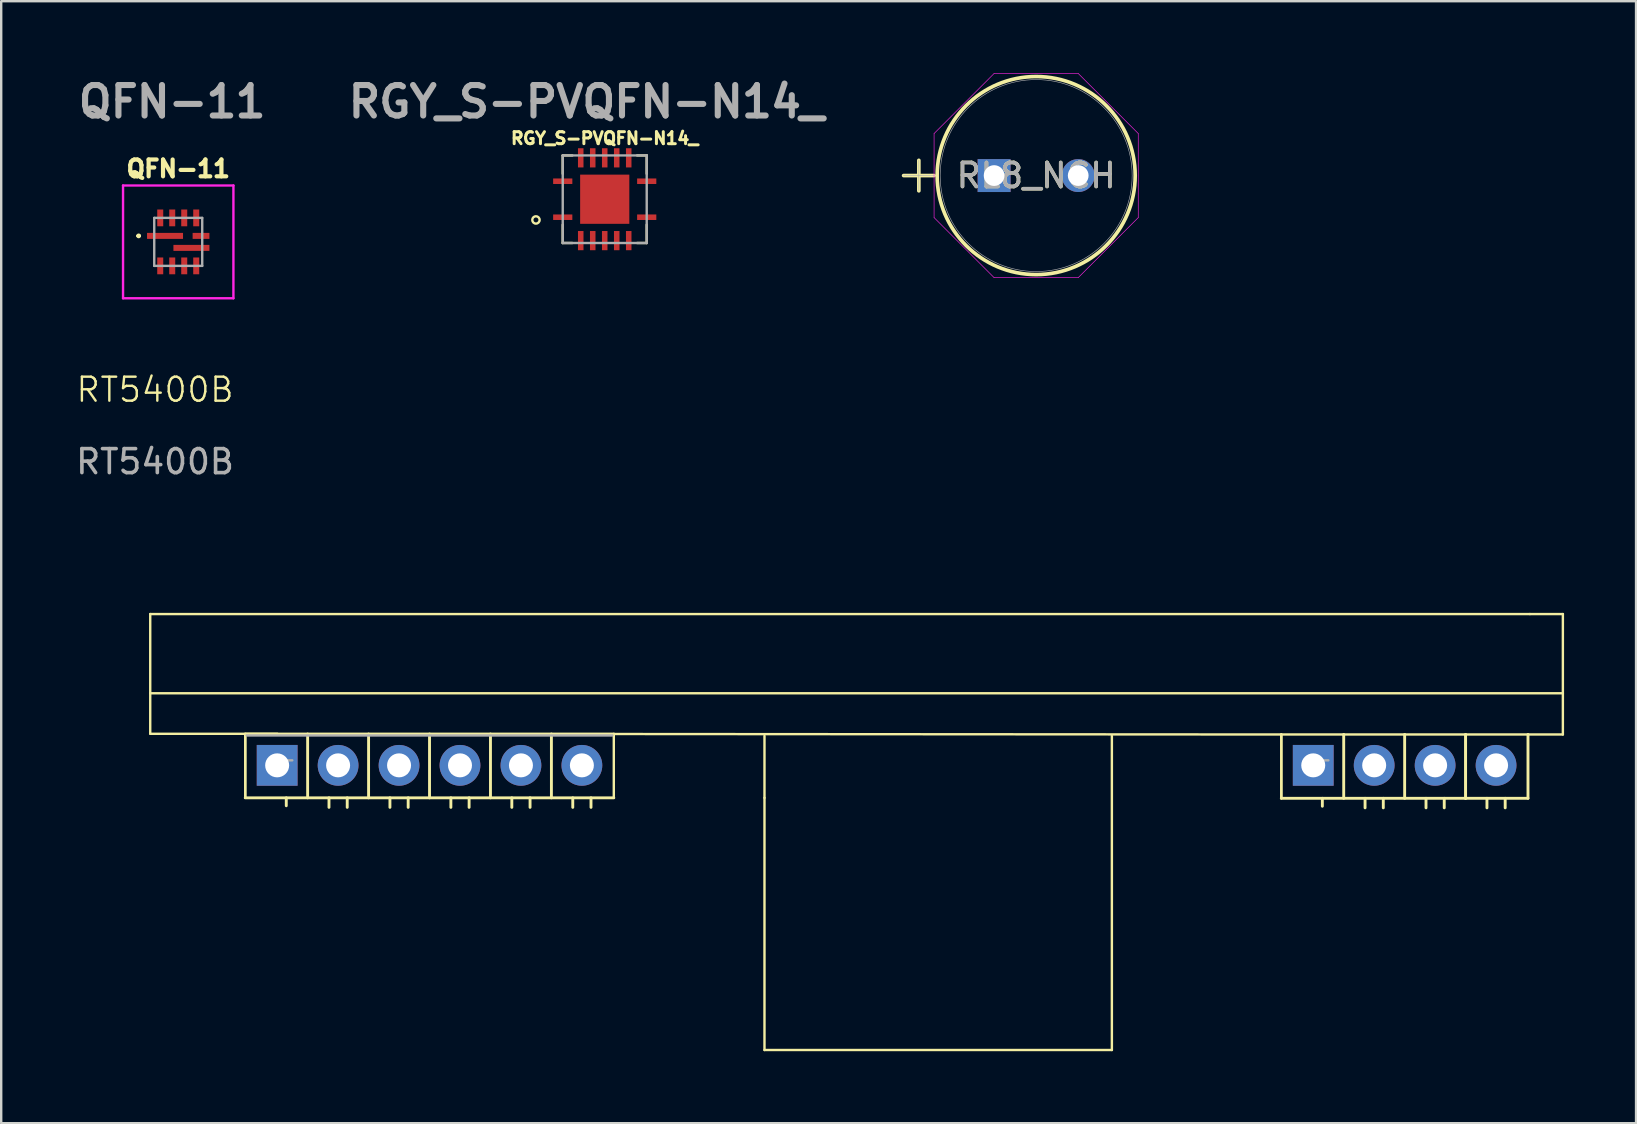
<source format=kicad_pcb>
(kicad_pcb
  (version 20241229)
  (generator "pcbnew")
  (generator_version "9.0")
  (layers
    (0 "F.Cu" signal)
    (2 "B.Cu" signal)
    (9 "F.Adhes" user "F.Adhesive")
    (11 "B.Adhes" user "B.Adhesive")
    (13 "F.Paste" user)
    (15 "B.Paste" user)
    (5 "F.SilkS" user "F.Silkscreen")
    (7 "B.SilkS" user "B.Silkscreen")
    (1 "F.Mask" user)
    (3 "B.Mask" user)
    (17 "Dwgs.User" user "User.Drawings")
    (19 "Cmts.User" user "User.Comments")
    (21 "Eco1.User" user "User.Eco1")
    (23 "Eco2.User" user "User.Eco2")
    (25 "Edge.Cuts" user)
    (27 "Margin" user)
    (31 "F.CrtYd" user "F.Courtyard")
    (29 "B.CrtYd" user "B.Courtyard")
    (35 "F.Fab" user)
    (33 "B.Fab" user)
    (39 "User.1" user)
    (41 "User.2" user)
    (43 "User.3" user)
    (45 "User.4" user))
  (footprint "QFN-11"
    (layer "F.Cu")
    (at 4.378 7.031)
    (property "Reference" "QFN-11" (at 0 -3.048 0) (layer "F.SilkS") (effects (font (size 0.7 0.7) (thickness 0.175))))
    (attr smd)
    (fp_line (start -1.7 -0.25) (end -1.7 -0.25) (stroke (width 0.1) (type solid)) (layer "F.SilkS"))
    (fp_line (start -1.6 -0.25) (end -1.6 -0.25) (stroke (width 0.1) (type solid)) (layer "F.SilkS"))
    (fp_arc (start -1.7 -0.25) (mid -1.65 -0.3) (end -1.6 -0.25) (stroke (width 0.1) (type solid)) (layer "F.SilkS"))
    (fp_arc (start -1.6 -0.25) (mid -1.65 -0.2) (end -1.7 -0.25) (stroke (width 0.1) (type solid)) (layer "F.SilkS"))
    (fp_line (start -2.3 -2.35) (end 2.3 -2.35) (stroke (width 0.1) (type solid)) (layer "F.CrtYd"))
    (fp_line (start -2.3 2.35) (end -2.3 -2.35) (stroke (width 0.1) (type solid)) (layer "F.CrtYd"))
    (fp_line (start 2.3 -2.35) (end 2.3 2.35) (stroke (width 0.1) (type solid)) (layer "F.CrtYd"))
    (fp_line (start 2.3 2.35) (end -2.3 2.35) (stroke (width 0.1) (type solid)) (layer "F.CrtYd"))
    (fp_line (start -1 -1) (end 1 -1) (stroke (width 0.1) (type solid)) (layer "F.Fab"))
    (fp_line (start -1 1) (end -1 -1) (stroke (width 0.1) (type solid)) (layer "F.Fab"))
    (fp_line (start 1 -1) (end 1 1) (stroke (width 0.1) (type solid)) (layer "F.Fab"))
    (fp_line (start 1 1) (end -1 1) (stroke (width 0.1) (type solid)) (layer "F.Fab"))
    (fp_text user "${REFERENCE}" (at -0.254 -5.842 0) (layer "F.Fab") (effects (font (size 1.27 1.27) (thickness 0.254))))
    (pad "1" smd rect (at -0.55 -0.25 90) (size 0.25 1.5) (layers "F.Cu" "F.Mask" "F.Paste"))
    (pad "2" smd rect (at -0.75 1) (size 0.25 0.7) (layers "F.Cu" "F.Mask" "F.Paste"))
    (pad "3" smd rect (at -0.25 1) (size 0.25 0.7) (layers "F.Cu" "F.Mask" "F.Paste"))
    (pad "4" smd rect (at 0.25 1) (size 0.25 0.7) (layers "F.Cu" "F.Mask" "F.Paste"))
    (pad "5" smd rect (at 0.75 1) (size 0.25 0.7) (layers "F.Cu" "F.Mask" "F.Paste"))
    (pad "6" smd rect (at 0.55 0.25 90) (size 0.25 1.5) (layers "F.Cu" "F.Mask" "F.Paste"))
    (pad "7" smd rect (at 0.95 -0.25 90) (size 0.25 0.7) (layers "F.Cu" "F.Mask" "F.Paste"))
    (pad "8" smd rect (at 0.75 -1) (size 0.25 0.7) (layers "F.Cu" "F.Mask" "F.Paste"))
    (pad "9" smd rect (at 0.25 -1) (size 0.25 0.7) (layers "F.Cu" "F.Mask" "F.Paste"))
    (pad "10" smd rect (at -0.25 -1) (size 0.25 0.7) (layers "F.Cu" "F.Mask" "F.Paste"))
    (pad "11" smd rect (at -0.75 -1) (size 0.25 0.7) (layers "F.Cu" "F.Mask" "F.Paste")))
  (footprint "RT5400B"
    (layer "F.Cu")
    (at 3.411 23.811)
    (property "Reference" "RT5400B" (at 0 -10.62 0) (unlocked yes) (layer "F.SilkS") (effects (font (size 1 1) (thickness 0.1))))
    (attr through_hole)
    (fp_line (start -0.2 -1.27) (end -0.2 3.72) (stroke (width 0.1) (type default)) (layer "F.SilkS"))
    (fp_line (start -0.2 -1.27) (end 57.3 -1.27) (stroke (width 0.1) (type default)) (layer "F.SilkS"))
    (fp_line (start -0.2 2.032) (end 58.674 2.032) (stroke (width 0.1) (type default)) (layer "F.SilkS"))
    (fp_line (start -0.2 3.72) (end 5.1 3.72) (stroke (width 0.1) (type default)) (layer "F.SilkS"))
    (fp_line (start 3.76 3.73) (end 3.76 6.39) (stroke (width 0.1) (type default)) (layer "F.SilkS"))
    (fp_line (start 3.76 6.39) (end 3.76 3.73) (stroke (width 0.1) (type default)) (layer "F.SilkS"))
    (fp_line (start 3.76 6.39) (end 19.12 6.39) (stroke (width 0.12) (type solid)) (layer "F.SilkS"))
    (fp_line (start 5.47 6.72) (end 5.47 6.39) (stroke (width 0.12) (type solid)) (layer "F.SilkS"))
    (fp_line (start 6.36 6.39) (end 6.36 3.73) (stroke (width 0.12) (type solid)) (layer "F.SilkS"))
    (fp_line (start 7.25 6.787) (end 7.25 6.39) (stroke (width 0.12) (type solid)) (layer "F.SilkS"))
    (fp_line (start 8.01 6.787) (end 8.01 6.39) (stroke (width 0.12) (type solid)) (layer "F.SilkS"))
    (fp_line (start 8.9 6.39) (end 8.9 3.73) (stroke (width 0.12) (type solid)) (layer "F.SilkS"))
    (fp_line (start 9.79 6.787) (end 9.79 6.39) (stroke (width 0.12) (type solid)) (layer "F.SilkS"))
    (fp_line (start 10.55 6.787) (end 10.55 6.39) (stroke (width 0.12) (type solid)) (layer "F.SilkS"))
    (fp_line (start 11.44 6.39) (end 11.44 3.73) (stroke (width 0.12) (type solid)) (layer "F.SilkS"))
    (fp_line (start 12.33 6.787) (end 12.33 6.39) (stroke (width 0.12) (type solid)) (layer "F.SilkS"))
    (fp_line (start 13.09 6.787) (end 13.09 6.39) (stroke (width 0.12) (type solid)) (layer "F.SilkS"))
    (fp_line (start 13.98 6.39) (end 13.98 3.73) (stroke (width 0.12) (type solid)) (layer "F.SilkS"))
    (fp_line (start 14.87 6.787) (end 14.87 6.39) (stroke (width 0.12) (type solid)) (layer "F.SilkS"))
    (fp_line (start 15.63 6.787) (end 15.63 6.39) (stroke (width 0.12) (type solid)) (layer "F.SilkS"))
    (fp_line (start 16.52 6.39) (end 16.52 3.73) (stroke (width 0.12) (type solid)) (layer "F.SilkS"))
    (fp_line (start 17.41 6.787) (end 17.41 6.39) (stroke (width 0.12) (type solid)) (layer "F.SilkS"))
    (fp_line (start 18.17 6.787) (end 18.17 6.39) (stroke (width 0.12) (type solid)) (layer "F.SilkS"))
    (fp_line (start 19.12 3.73) (end 3.76 3.73) (stroke (width 0.12) (type solid)) (layer "F.SilkS"))
    (fp_line (start 19.12 3.73) (end 19.12 6.39) (stroke (width 0.1) (type default)) (layer "F.SilkS"))
    (fp_line (start 19.12 3.73) (end 46.94 3.75) (stroke (width 0.1) (type default)) (layer "F.SilkS"))
    (fp_line (start 25.4 3.81) (end 25.4 6.39) (stroke (width 0.1) (type default)) (layer "F.SilkS"))
    (fp_line (start 25.4 6.39) (end 25.4 16.9) (stroke (width 0.1) (type default)) (layer "F.SilkS"))
    (fp_line (start 25.4 16.9) (end 39.878 16.9) (stroke (width 0.1) (type default)) (layer "F.SilkS"))
    (fp_line (start 39.878 3.81) (end 39.878 16.9) (stroke (width 0.1) (type default)) (layer "F.SilkS"))
    (fp_line (start 46.94 3.75) (end 46.94 6.41) (stroke (width 0.1) (type default)) (layer "F.SilkS"))
    (fp_line (start 46.94 3.75) (end 49.54 3.75) (stroke (width 0.1) (type default)) (layer "F.SilkS"))
    (fp_line (start 46.94 6.41) (end 46.94 3.75) (stroke (width 0.1) (type default)) (layer "F.SilkS"))
    (fp_line (start 46.94 6.41) (end 54.62 6.41) (stroke (width 0.12) (type solid)) (layer "F.SilkS"))
    (fp_line (start 48.65 6.74) (end 48.65 6.41) (stroke (width 0.12) (type solid)) (layer "F.SilkS"))
    (fp_line (start 49.54 3.75) (end 52.08 3.75) (stroke (width 0.1) (type default)) (layer "F.SilkS"))
    (fp_line (start 49.54 6.41) (end 49.54 3.75) (stroke (width 0.12) (type solid)) (layer "F.SilkS"))
    (fp_line (start 50.43 6.807) (end 50.43 6.41) (stroke (width 0.12) (type solid)) (layer "F.SilkS"))
    (fp_line (start 51.19 6.807) (end 51.19 6.41) (stroke (width 0.12) (type solid)) (layer "F.SilkS"))
    (fp_line (start 52.08 3.75) (end 54.62 3.75) (stroke (width 0.1) (type default)) (layer "F.SilkS"))
    (fp_line (start 52.08 6.41) (end 52.08 3.75) (stroke (width 0.12) (type solid)) (layer "F.SilkS"))
    (fp_line (start 52.97 6.807) (end 52.97 6.41) (stroke (width 0.12) (type solid)) (layer "F.SilkS"))
    (fp_line (start 53.73 6.807) (end 53.73 6.41) (stroke (width 0.12) (type solid)) (layer "F.SilkS"))
    (fp_line (start 54.62 3.75) (end 57.22 3.75) (stroke (width 0.1) (type default)) (layer "F.SilkS"))
    (fp_line (start 54.62 6.41) (end 54.62 3.75) (stroke (width 0.1) (type default)) (layer "F.SilkS"))
    (fp_line (start 54.62 6.41) (end 54.62 3.75) (stroke (width 0.12) (type solid)) (layer "F.SilkS"))
    (fp_line (start 54.62 6.41) (end 57.22 6.41) (stroke (width 0.12) (type solid)) (layer "F.SilkS"))
    (fp_line (start 55.51 6.807) (end 55.51 6.41) (stroke (width 0.12) (type solid)) (layer "F.SilkS"))
    (fp_line (start 56.27 6.807) (end 56.27 6.41) (stroke (width 0.12) (type solid)) (layer "F.SilkS"))
    (fp_line (start 57.22 3.75) (end 58.674 3.75) (stroke (width 0.1) (type default)) (layer "F.SilkS"))
    (fp_line (start 57.22 6.41) (end 57.22 3.75) (stroke (width 0.12) (type solid)) (layer "F.SilkS"))
    (fp_line (start 57.3 -1.27) (end 58.674 -1.27) (stroke (width 0.1) (type default)) (layer "F.SilkS"))
    (fp_line (start 58.674 3.75) (end 58.674 -1.27) (stroke (width 0.1) (type default)) (layer "F.SilkS"))
    (fp_line (start 3.82 3.79) (end 19.06 3.79) (stroke (width 0.1) (type solid)) (layer "F.Fab"))
    (fp_line (start 5.08 4.826) (end 5.72 4.826) (stroke (width 0.1) (type solid)) (layer "F.Fab"))
    (fp_line (start 7.31 5.356) (end 7.95 5.356) (stroke (width 0.1) (type solid)) (layer "F.Fab"))
    (fp_line (start 9.85 5.356) (end 10.49 5.356) (stroke (width 0.1) (type solid)) (layer "F.Fab"))
    (fp_line (start 12.39 5.356) (end 13.03 5.356) (stroke (width 0.1) (type solid)) (layer "F.Fab"))
    (fp_line (start 14.93 5.356) (end 15.57 5.356) (stroke (width 0.1) (type solid)) (layer "F.Fab"))
    (fp_line (start 17.47 5.356) (end 18.11 5.356) (stroke (width 0.1) (type solid)) (layer "F.Fab"))
    (fp_line (start 48.26 4.826) (end 48.9 4.826) (stroke (width 0.1) (type solid)) (layer "F.Fab"))
    (fp_line (start 50.49 5.356) (end 51.13 5.356) (stroke (width 0.1) (type solid)) (layer "F.Fab"))
    (fp_line (start 53.03 5.356) (end 53.67 5.356) (stroke (width 0.1) (type solid)) (layer "F.Fab"))
    (fp_line (start 55.57 5.356) (end 56.21 5.356) (stroke (width 0.1) (type solid)) (layer "F.Fab"))
    (fp_text user "${REFERENCE}" (at 0 -7.62 0) (unlocked yes) (layer "F.Fab") (effects (font (size 1 1) (thickness 0.15))))
    (pad "1" thru_hole rect (at 5.09 5.036 90) (size 1.7 1.7) (drill 1) (layers "*.Cu" "*.Mask"))
    (pad "2" thru_hole oval (at 7.63 5.036 90) (size 1.7 1.7) (drill 1) (layers "*.Cu" "*.Mask"))
    (pad "3" thru_hole oval (at 10.17 5.036 90) (size 1.7 1.7) (drill 1) (layers "*.Cu" "*.Mask"))
    (pad "4" thru_hole oval (at 12.71 5.036 90) (size 1.7 1.7) (drill 1) (layers "*.Cu" "*.Mask"))
    (pad "5" thru_hole oval (at 15.25 5.036 90) (size 1.7 1.7) (drill 1) (layers "*.Cu" "*.Mask"))
    (pad "6" thru_hole oval (at 17.79 5.036 90) (size 1.7 1.7) (drill 1) (layers "*.Cu" "*.Mask"))
    (pad "7" thru_hole rect (at 48.27 5.036 90) (size 1.7 1.7) (drill 1) (layers "*.Cu" "*.Mask"))
    (pad "8" thru_hole oval (at 50.81 5.036 90) (size 1.7 1.7) (drill 1) (layers "*.Cu" "*.Mask"))
    (pad "9" thru_hole oval (at 53.35 5.036 90) (size 1.7 1.7) (drill 1) (layers "*.Cu" "*.Mask"))
    (pad "10" thru_hole oval (at 55.89 5.036 90) (size 1.7 1.7) (drill 1) (layers "*.Cu" "*.Mask")))
  (footprint "RL8_NCH"
    (layer "F.Cu")
    (at 38.381 4.267)
    (property "Reference" "RL8_NCH" (at 1.753 0 0) (unlocked yes) (layer "F.SilkS") (effects (font (size 1 1) (thickness 0.15))))
    (attr through_hole)
    (fp_line (start -3.772 0) (end -2.502 0) (stroke (width 0.152) (type solid)) (layer "F.SilkS"))
    (fp_line (start -3.137 -0.635) (end -3.137 0.635) (stroke (width 0.152) (type solid)) (layer "F.SilkS"))
    (fp_circle (center 1.753 0) (end 5.88 0) (stroke (width 0.152) (type solid)) (fill no) (layer "F.SilkS"))
    (fp_line (start -2.502 -1.752) (end 0 -4.255) (stroke (width 0.025) (type solid)) (layer "F.CrtYd"))
    (fp_line (start -2.502 1.752) (end -2.502 -1.752) (stroke (width 0.025) (type solid)) (layer "F.CrtYd"))
    (fp_line (start 0 -4.255) (end 3.504 -4.255) (stroke (width 0.025) (type solid)) (layer "F.CrtYd"))
    (fp_line (start 0 4.255) (end -2.502 1.752) (stroke (width 0.025) (type solid)) (layer "F.CrtYd"))
    (fp_line (start 3.504 -4.255) (end 6.007 -1.752) (stroke (width 0.025) (type solid)) (layer "F.CrtYd"))
    (fp_line (start 3.504 4.255) (end 0 4.255) (stroke (width 0.025) (type solid)) (layer "F.CrtYd"))
    (fp_line (start 6.007 -1.752) (end 6.007 1.752) (stroke (width 0.025) (type solid)) (layer "F.CrtYd"))
    (fp_line (start 6.007 1.752) (end 3.504 4.255) (stroke (width 0.025) (type solid)) (layer "F.CrtYd"))
    (fp_line (start -3.772 0) (end -2.502 0) (stroke (width 0.025) (type solid)) (layer "F.Fab"))
    (fp_line (start -3.137 -0.635) (end -3.137 0.635) (stroke (width 0.025) (type solid)) (layer "F.Fab"))
    (fp_circle (center 1.753 0) (end 5.753 0) (stroke (width 0.025) (type solid)) (fill no) (layer "F.Fab"))
    (fp_text user "${REFERENCE}" (at 1.753 0 0) (unlocked yes) (layer "F.Fab") (effects (font (size 1 1) (thickness 0.15))))
    (pad "1" thru_hole rect (at 0 0) (size 1.372 1.372) (drill 0.864) (layers "*.Cu" "*.Mask"))
    (pad "2" thru_hole circle (at 3.505 0) (size 1.372 1.372) (drill 0.864) (layers "*.Cu" "*.Mask")))
  (footprint "RGY_S-PVQFN-N14_"
    (layer "F.Cu")
    (at 22.153 5.253)
    (property "Reference" "RGY_S-PVQFN-N14_" (at 0 -2.54 0) (layer "F.SilkS") (effects (font (size 0.5 0.5) (thickness 0.125))))
    (attr smd)
    (fp_line (start -1.75 -1.825) (end -1.75 -1.061) (stroke (width 0.1) (type solid)) (layer "F.SilkS"))
    (fp_line (start -1.75 -1.825) (end -1.35 -1.825) (stroke (width 0.1) (type solid)) (layer "F.SilkS"))
    (fp_line (start -1.75 1.825) (end -1.75 1.061) (stroke (width 0.1) (type solid)) (layer "F.SilkS"))
    (fp_line (start -1.75 1.825) (end -1.35 1.825) (stroke (width 0.1) (type solid)) (layer "F.SilkS"))
    (fp_line (start 1.75 -1.825) (end 1.35 -1.825) (stroke (width 0.1) (type solid)) (layer "F.SilkS"))
    (fp_line (start 1.75 -1.825) (end 1.75 -1.061) (stroke (width 0.1) (type solid)) (layer "F.SilkS"))
    (fp_line (start 1.75 1.825) (end 1.35 1.825) (stroke (width 0.1) (type solid)) (layer "F.SilkS"))
    (fp_line (start 1.75 1.825) (end 1.75 1.061) (stroke (width 0.1) (type solid)) (layer "F.SilkS"))
    (fp_circle (center -2.867 0.863) (end -2.867 1.016) (stroke (width 0.1) (type solid)) (fill no) (layer "F.SilkS"))
    (fp_line (start -1.75 -1.825) (end 1.75 -1.825) (stroke (width 0.1) (type solid)) (layer "F.Fab"))
    (fp_line (start -1.75 1.825) (end -1.75 -1.825) (stroke (width 0.1) (type solid)) (layer "F.Fab"))
    (fp_line (start 1.75 -1.825) (end 1.75 1.825) (stroke (width 0.1) (type solid)) (layer "F.Fab"))
    (fp_line (start 1.75 1.825) (end -1.75 1.825) (stroke (width 0.1) (type solid)) (layer "F.Fab"))
    (fp_text user "${REFERENCE}" (at -0.762 -4.064 0) (layer "F.Fab") (effects (font (size 1.27 1.27) (thickness 0.254))))
    (pad "1" smd rect (at -1.75 0.75 90) (size 0.23 0.8) (layers "F.Cu" "F.Mask" "F.Paste"))
    (pad "2" smd rect (at -1 1.725) (size 0.23 0.8) (layers "F.Cu" "F.Mask" "F.Paste"))
    (pad "3" smd rect (at -0.5 1.725) (size 0.23 0.8) (layers "F.Cu" "F.Mask" "F.Paste"))
    (pad "4" smd rect (at 0 1.725) (size 0.23 0.8) (layers "F.Cu" "F.Mask" "F.Paste"))
    (pad "5" smd rect (at 0.5 1.725) (size 0.23 0.8) (layers "F.Cu" "F.Mask" "F.Paste"))
    (pad "6" smd rect (at 1 1.725) (size 0.23 0.8) (layers "F.Cu" "F.Mask" "F.Paste"))
    (pad "7" smd rect (at 1.75 0.75 90) (size 0.23 0.8) (layers "F.Cu" "F.Mask" "F.Paste"))
    (pad "8" smd rect (at 1.75 -0.75 90) (size 0.23 0.8) (layers "F.Cu" "F.Mask" "F.Paste"))
    (pad "9" smd rect (at 1 -1.725) (size 0.23 0.8) (layers "F.Cu" "F.Mask" "F.Paste"))
    (pad "10" smd rect (at 0.5 -1.725) (size 0.23 0.8) (layers "F.Cu" "F.Mask" "F.Paste"))
    (pad "11" smd rect (at 0 -1.725) (size 0.23 0.8) (layers "F.Cu" "F.Mask" "F.Paste"))
    (pad "12" smd rect (at -0.5 -1.725) (size 0.23 0.8) (layers "F.Cu" "F.Mask" "F.Paste"))
    (pad "13" smd rect (at -1 -1.725) (size 0.23 0.8) (layers "F.Cu" "F.Mask" "F.Paste"))
    (pad "14" smd rect (at -1.75 -0.75 90) (size 0.23 0.8) (layers "F.Cu" "F.Mask" "F.Paste"))
    (pad "15" smd rect (at 0 0 90) (size 2.05 2.05) (layers "F.Cu" "F.Mask" "F.Paste")))
  (gr_rect
    (start -3 -3)
    (end 65.135 43.761)
    (stroke (width 0.1) (type default))
    (fill no)
    (layer "Edge.Cuts")))
</source>
